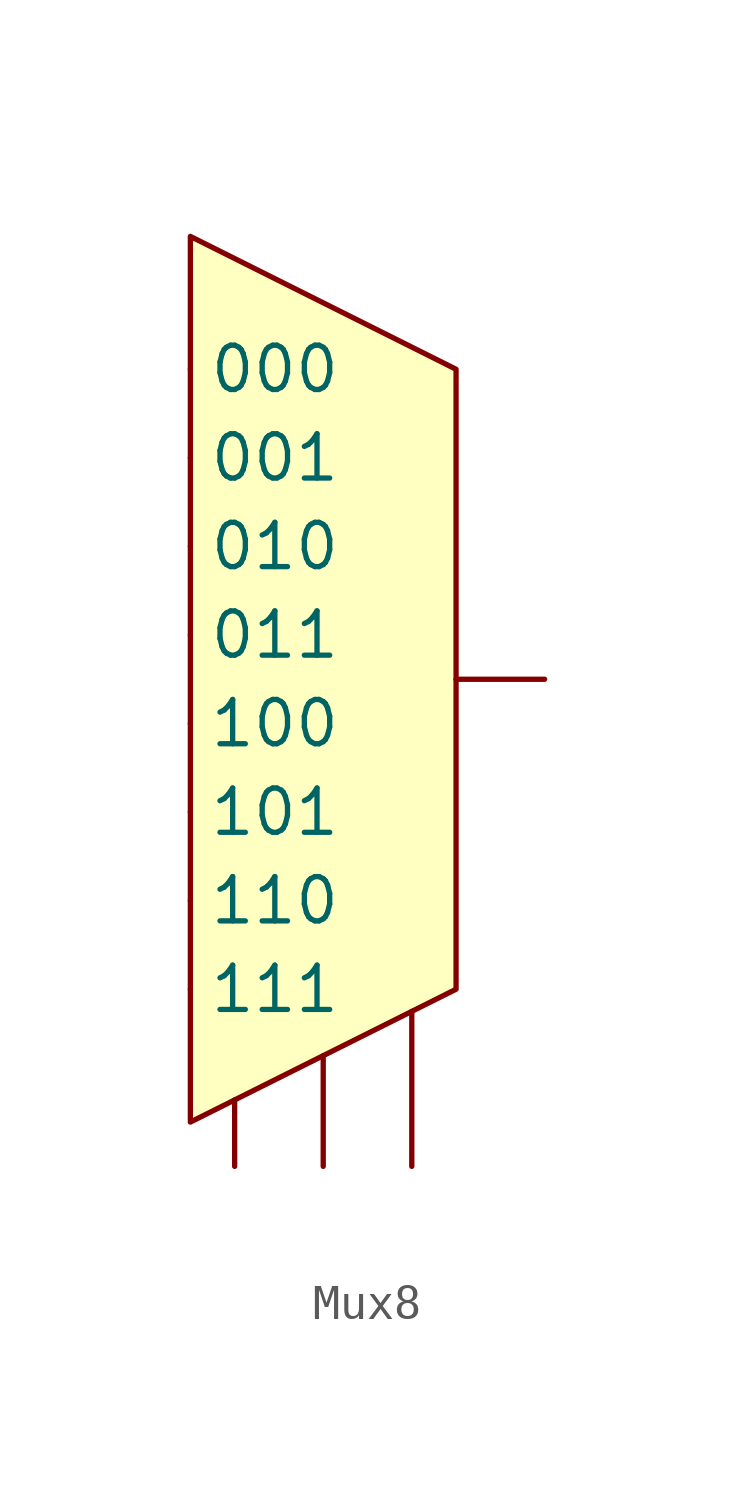
<source format=kicad_sym>
(kicad_symbol_lib
  (version 20211014)
  (generator kicad_symbol_editor)
  (symbol "Mux8"
    (property "Reference" "U"
      (at 5.08 -5.08 0)
      (effects (font (size 1.27 1.27)) hide))
    (symbol "Mux8_0_1"
      (polyline (pts (xy -3.81 12.7) (xy -3.81 -12.7) (xy 3.81 -8.89) (xy 3.81 8.89) (xy -3.81 12.7)) (stroke (width 0.152) (type default) (color 0 0 0 0)) (fill (type background))))
    (symbol "Mux8_1_1"
      (pin input line (at -2.54 -13.97 90) (length 1.905) (name "" (effects (font (size 1.27 1.27)))) (number "" (effects (font (size 1.27 1.27)))))
      (pin input line (at 0 -13.97 90) (length 3.175) (name "" (effects (font (size 1.27 1.27)))) (number "" (effects (font (size 1.27 1.27)))))
      (pin input line (at 2.54 -13.97 90) (length 4.445) (name "" (effects (font (size 1.27 1.27)))) (number "" (effects (font (size 1.27 1.27)))))
      (pin input line (at -3.81 8.89 0) (length 0) (name "000" (effects (font (size 1.27 1.27)))) (number "" (effects (font (size 1.27 1.27)))))
      (pin input line (at -3.81 6.35 0) (length 0) (name "001" (effects (font (size 1.27 1.27)))) (number "" (effects (font (size 1.27 1.27)))))
      (pin input line (at -3.81 3.81 0) (length 0) (name "010" (effects (font (size 1.27 1.27)))) (number "" (effects (font (size 1.27 1.27)))))
      (pin input line (at -3.81 1.27 0) (length 0) (name "011" (effects (font (size 1.27 1.27)))) (number "" (effects (font (size 1.27 1.27)))))
      (pin input line (at -3.81 -1.27 0) (length 0) (name "100" (effects (font (size 1.27 1.27)))) (number "" (effects (font (size 1.27 1.27)))))
      (pin input line (at -3.81 -3.81 0) (length 0) (name "101" (effects (font (size 1.27 1.27)))) (number "" (effects (font (size 1.27 1.27)))))
      (pin input line (at -3.81 -6.35 0) (length 0) (name "110" (effects (font (size 1.27 1.27)))) (number "" (effects (font (size 1.27 1.27)))))
      (pin input line (at -3.81 -8.89 0) (length 0) (name "111" (effects (font (size 1.27 1.27)))) (number "" (effects (font (size 1.27 1.27)))))
      (pin output line (at 6.35 0 180) (length 2.54) (name "~" (effects (font (size 1.27 1.27)))) (number "" (effects (font (size 1.27 1.27))))))))
</source>
